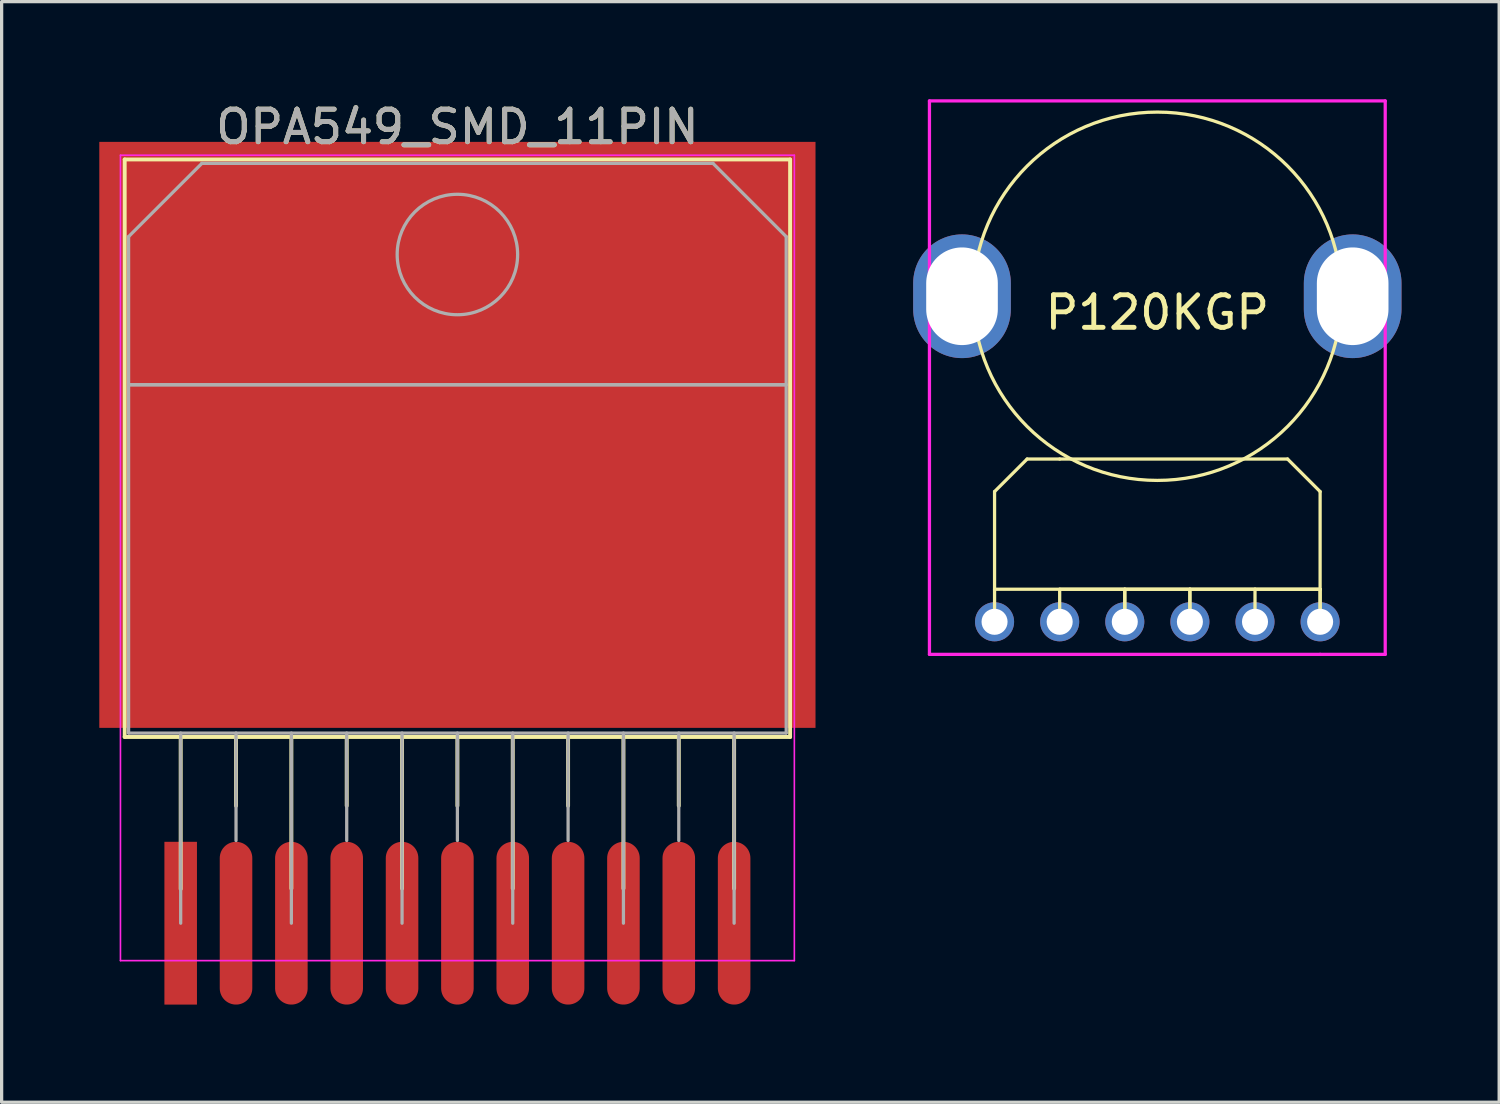
<source format=kicad_pcb>
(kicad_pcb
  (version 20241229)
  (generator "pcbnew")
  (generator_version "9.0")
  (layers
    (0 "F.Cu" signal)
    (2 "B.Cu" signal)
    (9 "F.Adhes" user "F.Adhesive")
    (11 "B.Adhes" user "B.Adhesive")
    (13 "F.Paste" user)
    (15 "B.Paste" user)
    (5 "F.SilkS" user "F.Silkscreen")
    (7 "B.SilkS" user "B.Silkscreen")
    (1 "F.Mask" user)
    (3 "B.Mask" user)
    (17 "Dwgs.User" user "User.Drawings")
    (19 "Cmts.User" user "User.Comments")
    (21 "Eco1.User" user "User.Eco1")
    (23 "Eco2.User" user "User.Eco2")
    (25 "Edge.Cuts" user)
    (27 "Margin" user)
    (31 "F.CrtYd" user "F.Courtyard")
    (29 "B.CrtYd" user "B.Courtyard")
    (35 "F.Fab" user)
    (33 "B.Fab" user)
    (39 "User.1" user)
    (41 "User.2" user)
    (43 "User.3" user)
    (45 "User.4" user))
  (footprint "P120KGP"
    (layer "F.Cu")
    (at 32.5 6.05)
    (property "Reference" "P120KGP" (at 0 0.5 0) (layer "F.SilkS") (effects (font (size 1 1) (thickness 0.15))))
    (attr through_hole)
    (fp_line (start -5 6) (end -5 9) (stroke (width 0.1) (type solid)) (layer "F.SilkS"))
    (fp_line (start -5 9) (end -5 10) (stroke (width 0.1) (type solid)) (layer "F.SilkS"))
    (fp_line (start -5 9) (end 5 9) (stroke (width 0.1) (type solid)) (layer "F.SilkS"))
    (fp_line (start -4 5) (end -5 6) (stroke (width 0.1) (type solid)) (layer "F.SilkS"))
    (fp_line (start -3 5) (end -4 5) (stroke (width 0.1) (type solid)) (layer "F.SilkS"))
    (fp_line (start -3 9) (end -1 9) (stroke (width 0.1) (type solid)) (layer "F.SilkS"))
    (fp_line (start -3 10) (end -3 9) (stroke (width 0.1) (type solid)) (layer "F.SilkS"))
    (fp_line (start -1 9) (end -1 10) (stroke (width 0.1) (type solid)) (layer "F.SilkS"))
    (fp_line (start -1 9) (end 1 9) (stroke (width 0.1) (type solid)) (layer "F.SilkS"))
    (fp_line (start -1 10) (end -1 9) (stroke (width 0.1) (type solid)) (layer "F.SilkS"))
    (fp_line (start 1 9) (end 1 10) (stroke (width 0.1) (type solid)) (layer "F.SilkS"))
    (fp_line (start 1 9) (end 3 9) (stroke (width 0.1) (type solid)) (layer "F.SilkS"))
    (fp_line (start 1 10) (end 1 9) (stroke (width 0.1) (type solid)) (layer "F.SilkS"))
    (fp_line (start 3 9) (end 3 10) (stroke (width 0.1) (type solid)) (layer "F.SilkS"))
    (fp_line (start 3 9) (end 5 9) (stroke (width 0.1) (type solid)) (layer "F.SilkS"))
    (fp_line (start 4 5) (end -3 5) (stroke (width 0.1) (type solid)) (layer "F.SilkS"))
    (fp_line (start 5 6) (end 4 5) (stroke (width 0.1) (type solid)) (layer "F.SilkS"))
    (fp_line (start 5 9) (end 5 6) (stroke (width 0.1) (type solid)) (layer "F.SilkS"))
    (fp_line (start 5 9) (end 5 10) (stroke (width 0.1) (type solid)) (layer "F.SilkS"))
    (fp_line (start 5 10) (end 5 9) (stroke (width 0.1) (type solid)) (layer "F.SilkS"))
    (fp_circle (center 0 0) (end 4 4) (stroke (width 0.1) (type solid)) (fill no) (layer "F.SilkS"))
    (fp_line (start -7 -6) (end -7 11) (stroke (width 0.1) (type solid)) (layer "F.CrtYd"))
    (fp_line (start -7 11) (end 5 11) (stroke (width 0.1) (type solid)) (layer "F.CrtYd"))
    (fp_line (start 5 11) (end 7 11) (stroke (width 0.1) (type solid)) (layer "F.CrtYd"))
    (fp_line (start 7 -6) (end -7 -6) (stroke (width 0.1) (type solid)) (layer "F.CrtYd"))
    (fp_line (start 7 11) (end 7 -6) (stroke (width 0.1) (type solid)) (layer "F.CrtYd"))
    (pad "1" thru_hole circle (at -3 10) (size 1.2 1.2) (drill 0.8) (layers "*.Cu" "*.Mask"))
    (pad "2" thru_hole circle (at -5 10) (size 1.2 1.2) (drill 0.8) (layers "*.Cu" "*.Mask"))
    (pad "3" thru_hole circle (at 5 10) (size 1.2 1.2) (drill 0.8) (layers "*.Cu" "*.Mask"))
    (pad "4" thru_hole circle (at -1 10) (size 1.2 1.2) (drill 0.8) (layers "*.Cu" "*.Mask"))
    (pad "5" thru_hole circle (at 1 10) (size 1.2 1.2) (drill 0.8) (layers "*.Cu" "*.Mask"))
    (pad "6" thru_hole circle (at 3 10) (size 1.2 1.2) (drill 0.8) (layers "*.Cu" "*.Mask"))
    (pad "GND" thru_hole oval (at -6 0) (size 3 3.8) (drill oval 2.2 3) (layers "*.Cu" "*.Mask"))
    (pad "GND" thru_hole oval (at 6 0) (size 3 3.8) (drill oval 2.2 3) (layers "*.Cu" "*.Mask")))
  (footprint "OPA549_SMD_11PIN"
    (layer "F.Cu")
    (at 2.5 25.308)
    (property "Reference" "OPA549_SMD_11PIN" (at 8.5 -24.46 0) (layer "F.SilkS") (effects (font (size 1 1) (thickness 0.15))))
    (attr through_hole)
    (fp_line (start -1.72 -23.46) (end -1.72 -5.72) (stroke (width 0.12) (type solid)) (layer "F.SilkS"))
    (fp_line (start -1.72 -23.46) (end 18.72 -23.46) (stroke (width 0.12) (type solid)) (layer "F.SilkS"))
    (fp_line (start -1.72 -5.72) (end 18.72 -5.72) (stroke (width 0.12) (type solid)) (layer "F.SilkS"))
    (fp_line (start 0 -5.72) (end 0 -1.05) (stroke (width 0.12) (type solid)) (layer "F.SilkS"))
    (fp_line (start 1.7 -5.72) (end 1.7 -3.606) (stroke (width 0.12) (type solid)) (layer "F.SilkS"))
    (fp_line (start 3.4 -5.72) (end 3.4 -1.065) (stroke (width 0.12) (type solid)) (layer "F.SilkS"))
    (fp_line (start 5.1 -5.72) (end 5.1 -3.606) (stroke (width 0.12) (type solid)) (layer "F.SilkS"))
    (fp_line (start 6.8 -5.72) (end 6.8 -1.065) (stroke (width 0.12) (type solid)) (layer "F.SilkS"))
    (fp_line (start 8.5 -5.72) (end 8.5 -3.606) (stroke (width 0.12) (type solid)) (layer "F.SilkS"))
    (fp_line (start 10.2 -5.72) (end 10.2 -1.065) (stroke (width 0.12) (type solid)) (layer "F.SilkS"))
    (fp_line (start 11.9 -5.72) (end 11.9 -3.606) (stroke (width 0.12) (type solid)) (layer "F.SilkS"))
    (fp_line (start 13.6 -5.72) (end 13.6 -1.065) (stroke (width 0.12) (type solid)) (layer "F.SilkS"))
    (fp_line (start 15.3 -5.72) (end 15.3 -3.606) (stroke (width 0.12) (type solid)) (layer "F.SilkS"))
    (fp_line (start 17 -5.72) (end 17 -1.065) (stroke (width 0.12) (type solid)) (layer "F.SilkS"))
    (fp_line (start 18.72 -23.46) (end 18.72 -5.72) (stroke (width 0.12) (type solid)) (layer "F.SilkS"))
    (fp_line (start -1.85 -23.59) (end -1.85 1.15) (stroke (width 0.05) (type solid)) (layer "F.CrtYd"))
    (fp_line (start -1.85 1.15) (end 18.85 1.15) (stroke (width 0.05) (type solid)) (layer "F.CrtYd"))
    (fp_line (start 18.85 -23.59) (end -1.85 -23.59) (stroke (width 0.05) (type solid)) (layer "F.CrtYd"))
    (fp_line (start 18.85 1.15) (end 18.85 -23.59) (stroke (width 0.05) (type solid)) (layer "F.CrtYd"))
    (fp_line (start -1.6 -21.09) (end 0.651 -23.34) (stroke (width 0.1) (type solid)) (layer "F.Fab"))
    (fp_line (start -1.6 -16.54) (end -1.6 -21.09) (stroke (width 0.1) (type solid)) (layer "F.Fab"))
    (fp_line (start -1.6 -16.54) (end 18.6 -16.54) (stroke (width 0.1) (type solid)) (layer "F.Fab"))
    (fp_line (start -1.6 -5.84) (end -1.6 -16.54) (stroke (width 0.1) (type solid)) (layer "F.Fab"))
    (fp_line (start 0 -5.84) (end 0 0) (stroke (width 0.1) (type solid)) (layer "F.Fab"))
    (fp_line (start 0.651 -23.34) (end 16.351 -23.34) (stroke (width 0.1) (type solid)) (layer "F.Fab"))
    (fp_line (start 1.7 -5.84) (end 1.7 -2.54) (stroke (width 0.1) (type solid)) (layer "F.Fab"))
    (fp_line (start 3.4 -5.84) (end 3.4 0) (stroke (width 0.1) (type solid)) (layer "F.Fab"))
    (fp_line (start 5.1 -5.84) (end 5.1 -2.54) (stroke (width 0.1) (type solid)) (layer "F.Fab"))
    (fp_line (start 6.8 -5.84) (end 6.8 0) (stroke (width 0.1) (type solid)) (layer "F.Fab"))
    (fp_line (start 8.5 -5.84) (end 8.5 -2.54) (stroke (width 0.1) (type solid)) (layer "F.Fab"))
    (fp_line (start 10.2 -5.84) (end 10.2 0) (stroke (width 0.1) (type solid)) (layer "F.Fab"))
    (fp_line (start 11.9 -5.84) (end 11.9 -2.54) (stroke (width 0.1) (type solid)) (layer "F.Fab"))
    (fp_line (start 13.6 -5.84) (end 13.6 0) (stroke (width 0.1) (type solid)) (layer "F.Fab"))
    (fp_line (start 15.3 -5.84) (end 15.3 -2.54) (stroke (width 0.1) (type solid)) (layer "F.Fab"))
    (fp_line (start 16.351 -23.34) (end 18.6 -21.09) (stroke (width 0.1) (type solid)) (layer "F.Fab"))
    (fp_line (start 17 -5.84) (end 17 0) (stroke (width 0.1) (type solid)) (layer "F.Fab"))
    (fp_line (start 18.6 -21.09) (end 18.6 -16.54) (stroke (width 0.1) (type solid)) (layer "F.Fab"))
    (fp_line (start 18.6 -16.54) (end -1.6 -16.54) (stroke (width 0.1) (type solid)) (layer "F.Fab"))
    (fp_line (start 18.6 -16.54) (end 18.6 -5.84) (stroke (width 0.1) (type solid)) (layer "F.Fab"))
    (fp_line (start 18.6 -5.84) (end -1.6 -5.84) (stroke (width 0.1) (type solid)) (layer "F.Fab"))
    (fp_circle (center 8.5 -20.54) (end 10.35 -20.54) (stroke (width 0.1) (type solid)) (fill no) (layer "F.Fab"))
    (fp_text user "${REFERENCE}" (at 8.5 -24.46 0) (layer "F.Fab") (effects (font (size 1 1) (thickness 0.15))))
    (pad "1" smd rect (at 0 0) (size 1 5) (layers "F.Cu" "F.Mask" "F.Paste"))
    (pad "2" smd oval (at 1.7 0) (size 1 5) (layers "F.Cu" "F.Mask" "F.Paste"))
    (pad "3" smd oval (at 3.4 0) (size 1 5) (layers "F.Cu" "F.Mask" "F.Paste"))
    (pad "4" smd oval (at 5.1 0) (size 1 5) (layers "F.Cu" "F.Mask" "F.Paste"))
    (pad "5" smd oval (at 6.8 0) (size 1 5) (layers "F.Cu" "F.Mask" "F.Paste"))
    (pad "5" smd custom (at 8.5 -15) (size 22 18) (layers "F.Cu" "F.Mask" "F.Paste") (options (anchor rect)) (primitives))
    (pad "6" smd oval (at 8.5 0) (size 1 5) (layers "F.Cu" "F.Mask" "F.Paste"))
    (pad "7" smd oval (at 10.2 0) (size 1 5) (layers "F.Cu" "F.Mask" "F.Paste"))
    (pad "8" smd oval (at 11.9 0) (size 1 5) (layers "F.Cu" "F.Mask" "F.Paste"))
    (pad "9" smd oval (at 13.6 0) (size 1 5) (layers "F.Cu" "F.Mask" "F.Paste"))
    (pad "10" smd oval (at 15.3 0) (size 1 5) (layers "F.Cu" "F.Mask" "F.Paste"))
    (pad "11" smd oval (at 17 0) (size 1 5) (layers "F.Cu" "F.Mask" "F.Paste")))
  (gr_rect
    (start -3 -3)
    (end 43 30.808)
    (stroke (width 0.1) (type default))
    (fill no)
    (layer "Edge.Cuts")))
</source>
